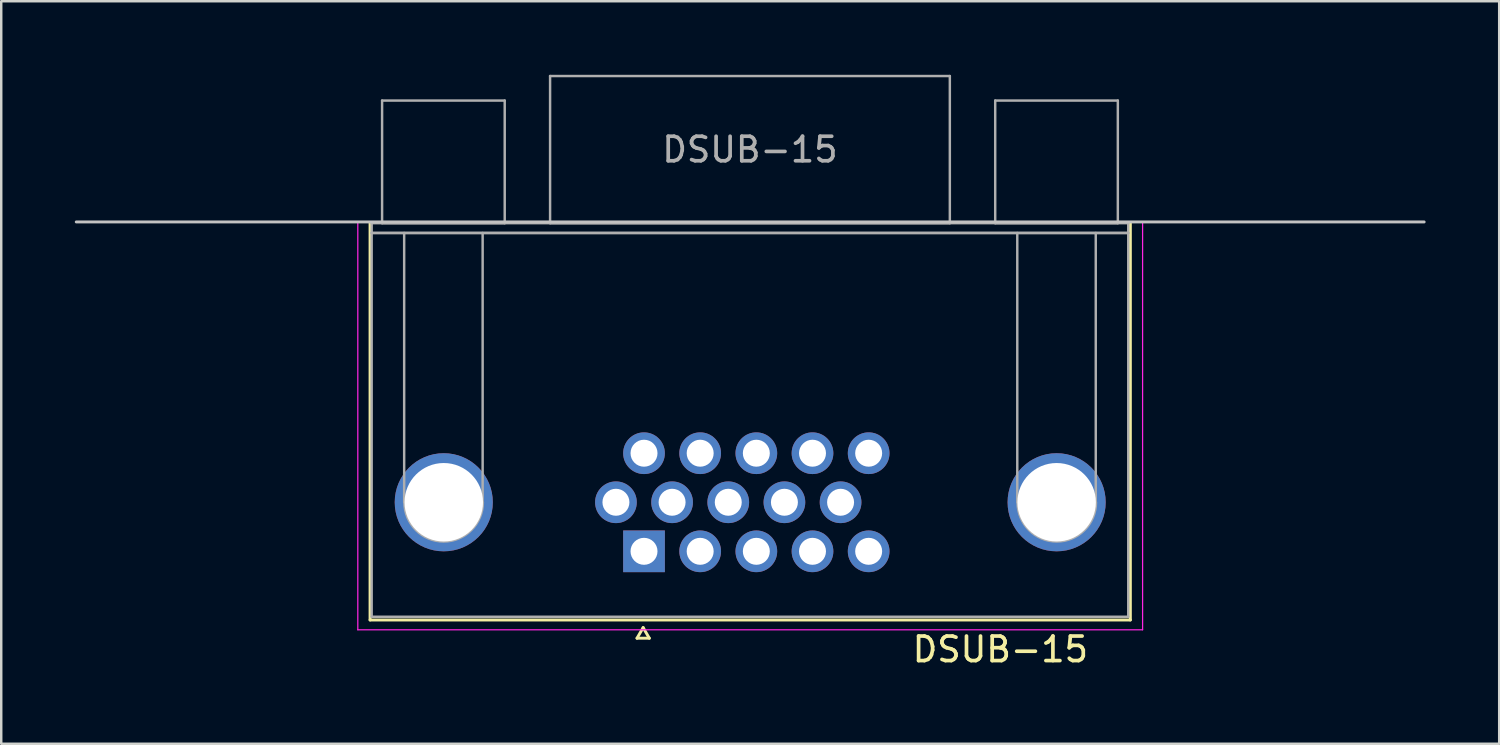
<source format=kicad_pcb>
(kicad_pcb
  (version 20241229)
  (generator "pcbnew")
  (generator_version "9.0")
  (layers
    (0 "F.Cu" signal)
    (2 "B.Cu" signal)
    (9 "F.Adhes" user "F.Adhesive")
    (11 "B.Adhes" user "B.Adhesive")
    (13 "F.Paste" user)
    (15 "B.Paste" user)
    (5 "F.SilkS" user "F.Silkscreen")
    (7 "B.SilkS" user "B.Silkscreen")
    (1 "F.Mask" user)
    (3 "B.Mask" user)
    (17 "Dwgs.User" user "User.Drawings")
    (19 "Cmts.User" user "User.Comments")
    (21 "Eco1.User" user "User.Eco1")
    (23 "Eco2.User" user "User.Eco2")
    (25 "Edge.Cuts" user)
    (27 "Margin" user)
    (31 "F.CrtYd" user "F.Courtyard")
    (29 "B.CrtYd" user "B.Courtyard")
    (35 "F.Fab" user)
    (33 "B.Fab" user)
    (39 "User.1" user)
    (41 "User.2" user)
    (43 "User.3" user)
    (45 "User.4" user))
  (footprint "DSUB-15"
    (layer "F.Cu")
    (at 27.54 6)
    (property "Reference" "DSUB-15" (at 10.2 17.43 180) (layer "F.SilkS") (effects (font (size 1 1) (thickness 0.15))))
    (attr through_hole)
    (fp_line (start -15.5 16.23) (end -15.5 0.03) (stroke (width 0.12) (type solid)) (layer "F.SilkS"))
    (fp_line (start -4.615 16.974) (end -4.365 16.541) (stroke (width 0.12) (type solid)) (layer "F.SilkS"))
    (fp_line (start -4.365 16.541) (end -4.115 16.974) (stroke (width 0.12) (type solid)) (layer "F.SilkS"))
    (fp_line (start -4.115 16.974) (end -4.615 16.974) (stroke (width 0.12) (type solid)) (layer "F.SilkS"))
    (fp_line (start 15.5 0.03) (end 15.5 16.23) (stroke (width 0.12) (type solid)) (layer "F.SilkS"))
    (fp_line (start 15.5 16.23) (end -15.5 16.23) (stroke (width 0.12) (type solid)) (layer "F.SilkS"))
    (fp_line (start 27.48 0) (end -27.48 0) (stroke (width 0.12) (type solid)) (layer "Dwgs.User"))
    (fp_line (start -16 0) (end -16 16.63) (stroke (width 0.05) (type solid)) (layer "F.CrtYd"))
    (fp_line (start -16 16.63) (end 16 16.63) (stroke (width 0.05) (type solid)) (layer "F.CrtYd"))
    (fp_line (start 16 0) (end -16 0) (stroke (width 0.05) (type solid)) (layer "F.CrtYd"))
    (fp_line (start 16 16.63) (end 16 0) (stroke (width 0.05) (type solid)) (layer "F.CrtYd"))
    (fp_line (start -15.435 0.05) (end -15.435 0.45) (stroke (width 0.1) (type solid)) (layer "F.Fab"))
    (fp_line (start -15.435 0.45) (end -15.435 16.1) (stroke (width 0.1) (type solid)) (layer "F.Fab"))
    (fp_line (start -15.435 0.45) (end 15.415 0.45) (stroke (width 0.1) (type solid)) (layer "F.Fab"))
    (fp_line (start -15.435 16.1) (end 15.415 16.1) (stroke (width 0.1) (type solid)) (layer "F.Fab"))
    (fp_line (start -15.01 -4.95) (end -15.01 0.05) (stroke (width 0.1) (type solid)) (layer "F.Fab"))
    (fp_line (start -15.01 0.05) (end -10.01 0.05) (stroke (width 0.1) (type solid)) (layer "F.Fab"))
    (fp_line (start -14.11 0.45) (end -14.11 11.43) (stroke (width 0.1) (type solid)) (layer "F.Fab"))
    (fp_line (start -10.91 0.45) (end -10.91 11.43) (stroke (width 0.1) (type solid)) (layer "F.Fab"))
    (fp_line (start -10.01 -4.95) (end -15.01 -4.95) (stroke (width 0.1) (type solid)) (layer "F.Fab"))
    (fp_line (start -10.01 0.05) (end -10.01 -4.95) (stroke (width 0.1) (type solid)) (layer "F.Fab"))
    (fp_line (start -8.16 -5.95) (end -8.16 0.05) (stroke (width 0.1) (type solid)) (layer "F.Fab"))
    (fp_line (start -8.16 0.05) (end 8.14 0.05) (stroke (width 0.1) (type solid)) (layer "F.Fab"))
    (fp_line (start 8.14 -5.95) (end -8.16 -5.95) (stroke (width 0.1) (type solid)) (layer "F.Fab"))
    (fp_line (start 8.14 0.05) (end 8.14 -5.95) (stroke (width 0.1) (type solid)) (layer "F.Fab"))
    (fp_line (start 9.99 -4.95) (end 9.99 0.05) (stroke (width 0.1) (type solid)) (layer "F.Fab"))
    (fp_line (start 9.99 0.05) (end 14.99 0.05) (stroke (width 0.1) (type solid)) (layer "F.Fab"))
    (fp_line (start 10.89 0.45) (end 10.89 11.43) (stroke (width 0.1) (type solid)) (layer "F.Fab"))
    (fp_line (start 14.09 0.45) (end 14.09 11.43) (stroke (width 0.1) (type solid)) (layer "F.Fab"))
    (fp_line (start 14.99 -4.95) (end 9.99 -4.95) (stroke (width 0.1) (type solid)) (layer "F.Fab"))
    (fp_line (start 14.99 0.05) (end 14.99 -4.95) (stroke (width 0.1) (type solid)) (layer "F.Fab"))
    (fp_line (start 15.415 0.05) (end -15.435 0.05) (stroke (width 0.1) (type solid)) (layer "F.Fab"))
    (fp_line (start 15.415 0.45) (end -15.435 0.45) (stroke (width 0.1) (type solid)) (layer "F.Fab"))
    (fp_line (start 15.415 0.45) (end 15.415 0.05) (stroke (width 0.1) (type solid)) (layer "F.Fab"))
    (fp_line (start 15.415 16.1) (end 15.415 0.45) (stroke (width 0.1) (type solid)) (layer "F.Fab"))
    (fp_arc (start -10.9 11.43) (mid -12.5 13.03) (end -14.1 11.43) (stroke (width 0.1) (type solid)) (layer "F.Fab"))
    (fp_arc (start 14.1 11.43) (mid 12.5 13.03) (end 10.9 11.43) (stroke (width 0.1) (type solid)) (layer "F.Fab"))
    (fp_text user "${REFERENCE}" (at -0.01 -2.95 180) (layer "F.Fab") (effects (font (size 1 1) (thickness 0.15))))
    (pad "0" thru_hole circle (at -12.495 11.43 180) (size 4 4) (drill 3.2) (layers "*.Cu" "*.Mask"))
    (pad "0" thru_hole circle (at 12.495 11.43 180) (size 4 4) (drill 3.2) (layers "*.Cu" "*.Mask"))
    (pad "1" thru_hole rect (at -4.33 13.43 180) (size 1.7 1.7) (drill 1.1) (layers "*.Cu" "*.Mask"))
    (pad "2" thru_hole circle (at -2.04 13.43 180) (size 1.7 1.7) (drill 1.1) (layers "*.Cu" "*.Mask"))
    (pad "3" thru_hole circle (at 0.25 13.43 180) (size 1.7 1.7) (drill 1.1) (layers "*.Cu" "*.Mask"))
    (pad "4" thru_hole circle (at 2.54 13.43 180) (size 1.7 1.7) (drill 1.1) (layers "*.Cu" "*.Mask"))
    (pad "5" thru_hole circle (at 4.83 13.43 180) (size 1.7 1.7) (drill 1.1) (layers "*.Cu" "*.Mask"))
    (pad "6" thru_hole circle (at -5.475 11.43 180) (size 1.7 1.7) (drill 1.1) (layers "*.Cu" "*.Mask"))
    (pad "7" thru_hole circle (at -3.185 11.43 180) (size 1.7 1.7) (drill 1.1) (layers "*.Cu" "*.Mask"))
    (pad "8" thru_hole circle (at -0.895 11.43 180) (size 1.7 1.7) (drill 1.1) (layers "*.Cu" "*.Mask"))
    (pad "9" thru_hole circle (at 1.395 11.43 180) (size 1.7 1.7) (drill 1.1) (layers "*.Cu" "*.Mask"))
    (pad "10" thru_hole circle (at 3.685 11.43 180) (size 1.7 1.7) (drill 1.1) (layers "*.Cu" "*.Mask"))
    (pad "11" thru_hole circle (at -4.33 9.43 180) (size 1.7 1.7) (drill 1.1) (layers "*.Cu" "*.Mask"))
    (pad "12" thru_hole circle (at -2.04 9.43 180) (size 1.7 1.7) (drill 1.1) (layers "*.Cu" "*.Mask"))
    (pad "13" thru_hole circle (at 0.25 9.43 180) (size 1.7 1.7) (drill 1.1) (layers "*.Cu" "*.Mask"))
    (pad "14" thru_hole circle (at 2.54 9.43 180) (size 1.7 1.7) (drill 1.1) (layers "*.Cu" "*.Mask"))
    (pad "15" thru_hole circle (at 4.83 9.43 180) (size 1.7 1.7) (drill 1.1) (layers "*.Cu" "*.Mask")))
  (gr_rect
    (start -3 -3)
    (end 58.08 27.278)
    (stroke (width 0.1) (type default))
    (fill no)
    (layer "Edge.Cuts")))
</source>
